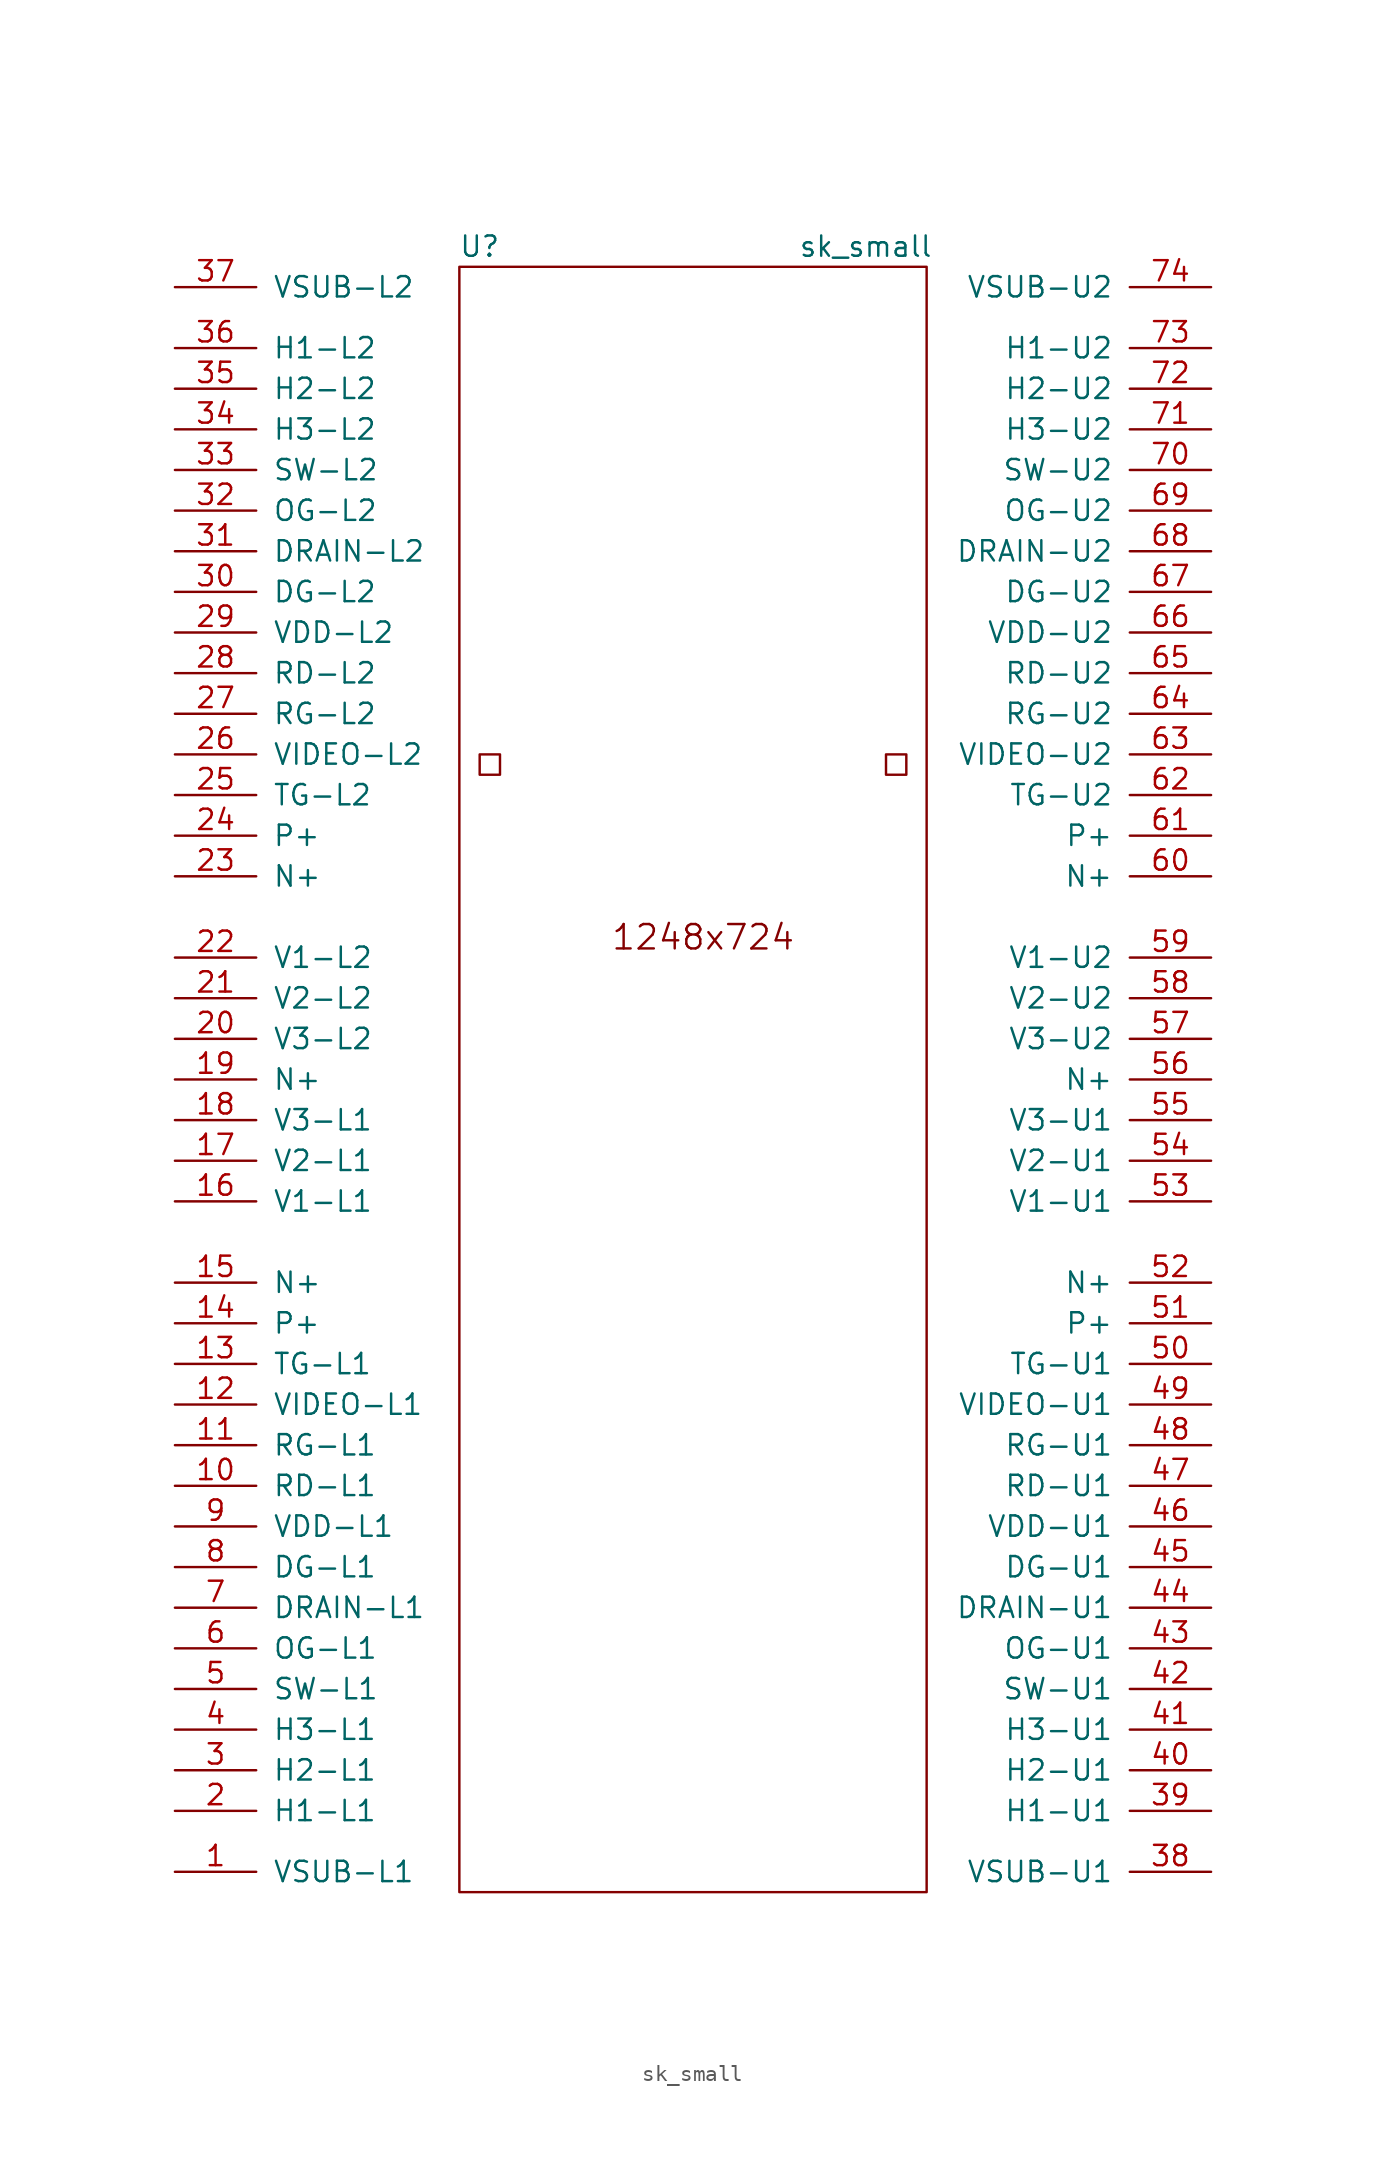
<source format=kicad_sym>
(kicad_symbol_lib
  (version 20211014)
  (generator kicad_symbol_editor)
  (symbol "sk_small"
    (pin_names
      (offset 1.016))
    (property "Reference" "U"
      (at -15.24 33.02 0)
      (effects (font (size 1.27 1.27))))
    (property "Value" "sk_small"
      (at 8.89 33.02 0)
      (effects (font (size 1.27 1.27))))
    (symbol "sk_small_1_1"
      (rectangle (start -16.51 31.75) (end 12.7 -69.85) (stroke (width 0) (type default) (color 0 0 0 0)) (fill (type none)))
      (rectangle (start -13.97 0) (end -15.24 1.27) (stroke (width 0) (type default) (color 0 0 0 0)) (fill (type none)))
      (rectangle (start 11.43 0) (end 10.16 1.27) (stroke (width 0) (type default) (color 0 0 0 0)) (fill (type none)))
      (text "1248x724" (at -1.27 -10.16 0) (effects (font (size 1.524 1.524))))
      (pin input line (at -34.29 -68.58 0) (length 5.08) (name "VSUB-L1" (effects (font (size 1.27 1.27)))) (number "1" (effects (font (size 1.27 1.27)))))
      (pin input line (at -34.29 -44.45 0) (length 5.08) (name "RD-L1" (effects (font (size 1.27 1.27)))) (number "10" (effects (font (size 1.27 1.27)))))
      (pin input line (at -34.29 -41.91 0) (length 5.08) (name "RG-L1" (effects (font (size 1.27 1.27)))) (number "11" (effects (font (size 1.27 1.27)))))
      (pin input line (at -34.29 -39.37 0) (length 5.08) (name "VIDEO-L1" (effects (font (size 1.27 1.27)))) (number "12" (effects (font (size 1.27 1.27)))))
      (pin input line (at -34.29 -36.83 0) (length 5.08) (name "TG-L1" (effects (font (size 1.27 1.27)))) (number "13" (effects (font (size 1.27 1.27)))))
      (pin input line (at -34.29 -34.29 0) (length 5.08) (name "P+" (effects (font (size 1.27 1.27)))) (number "14" (effects (font (size 1.27 1.27)))))
      (pin input line (at -34.29 -31.75 0) (length 5.08) (name "N+" (effects (font (size 1.27 1.27)))) (number "15" (effects (font (size 1.27 1.27)))))
      (pin input line (at -34.29 -26.67 0) (length 5.08) (name "V1-L1" (effects (font (size 1.27 1.27)))) (number "16" (effects (font (size 1.27 1.27)))))
      (pin input line (at -34.29 -24.13 0) (length 5.08) (name "V2-L1" (effects (font (size 1.27 1.27)))) (number "17" (effects (font (size 1.27 1.27)))))
      (pin input line (at -34.29 -21.59 0) (length 5.08) (name "V3-L1" (effects (font (size 1.27 1.27)))) (number "18" (effects (font (size 1.27 1.27)))))
      (pin input line (at -34.29 -19.05 0) (length 5.08) (name "N+" (effects (font (size 1.27 1.27)))) (number "19" (effects (font (size 1.27 1.27)))))
      (pin input line (at -34.29 -64.77 0) (length 5.08) (name "H1-L1" (effects (font (size 1.27 1.27)))) (number "2" (effects (font (size 1.27 1.27)))))
      (pin input line (at -34.29 -16.51 0) (length 5.08) (name "V3-L2" (effects (font (size 1.27 1.27)))) (number "20" (effects (font (size 1.27 1.27)))))
      (pin input line (at -34.29 -13.97 0) (length 5.08) (name "V2-L2" (effects (font (size 1.27 1.27)))) (number "21" (effects (font (size 1.27 1.27)))))
      (pin input line (at -34.29 -11.43 0) (length 5.08) (name "V1-L2" (effects (font (size 1.27 1.27)))) (number "22" (effects (font (size 1.27 1.27)))))
      (pin input line (at -34.29 -6.35 0) (length 5.08) (name "N+" (effects (font (size 1.27 1.27)))) (number "23" (effects (font (size 1.27 1.27)))))
      (pin input line (at -34.29 -3.81 0) (length 5.08) (name "P+" (effects (font (size 1.27 1.27)))) (number "24" (effects (font (size 1.27 1.27)))))
      (pin input line (at -34.29 -1.27 0) (length 5.08) (name "TG-L2" (effects (font (size 1.27 1.27)))) (number "25" (effects (font (size 1.27 1.27)))))
      (pin input line (at -34.29 1.27 0) (length 5.08) (name "VIDEO-L2" (effects (font (size 1.27 1.27)))) (number "26" (effects (font (size 1.27 1.27)))))
      (pin input line (at -34.29 3.81 0) (length 5.08) (name "RG-L2" (effects (font (size 1.27 1.27)))) (number "27" (effects (font (size 1.27 1.27)))))
      (pin input line (at -34.29 6.35 0) (length 5.08) (name "RD-L2" (effects (font (size 1.27 1.27)))) (number "28" (effects (font (size 1.27 1.27)))))
      (pin input line (at -34.29 8.89 0) (length 5.08) (name "VDD-L2" (effects (font (size 1.27 1.27)))) (number "29" (effects (font (size 1.27 1.27)))))
      (pin input line (at -34.29 -62.23 0) (length 5.08) (name "H2-L1" (effects (font (size 1.27 1.27)))) (number "3" (effects (font (size 1.27 1.27)))))
      (pin input line (at -34.29 11.43 0) (length 5.08) (name "DG-L2" (effects (font (size 1.27 1.27)))) (number "30" (effects (font (size 1.27 1.27)))))
      (pin input line (at -34.29 13.97 0) (length 5.08) (name "DRAIN-L2" (effects (font (size 1.27 1.27)))) (number "31" (effects (font (size 1.27 1.27)))))
      (pin input line (at -34.29 16.51 0) (length 5.08) (name "OG-L2" (effects (font (size 1.27 1.27)))) (number "32" (effects (font (size 1.27 1.27)))))
      (pin input line (at -34.29 19.05 0) (length 5.08) (name "SW-L2" (effects (font (size 1.27 1.27)))) (number "33" (effects (font (size 1.27 1.27)))))
      (pin input line (at -34.29 21.59 0) (length 5.08) (name "H3-L2" (effects (font (size 1.27 1.27)))) (number "34" (effects (font (size 1.27 1.27)))))
      (pin input line (at -34.29 24.13 0) (length 5.08) (name "H2-L2" (effects (font (size 1.27 1.27)))) (number "35" (effects (font (size 1.27 1.27)))))
      (pin input line (at -34.29 26.67 0) (length 5.08) (name "H1-L2" (effects (font (size 1.27 1.27)))) (number "36" (effects (font (size 1.27 1.27)))))
      (pin input line (at -34.29 30.48 0) (length 5.08) (name "VSUB-L2" (effects (font (size 1.27 1.27)))) (number "37" (effects (font (size 1.27 1.27)))))
      (pin input line (at 30.48 -68.58 180) (length 5.08) (name "VSUB-U1" (effects (font (size 1.27 1.27)))) (number "38" (effects (font (size 1.27 1.27)))))
      (pin input line (at 30.48 -64.77 180) (length 5.08) (name "H1-U1" (effects (font (size 1.27 1.27)))) (number "39" (effects (font (size 1.27 1.27)))))
      (pin input line (at -34.29 -59.69 0) (length 5.08) (name "H3-L1" (effects (font (size 1.27 1.27)))) (number "4" (effects (font (size 1.27 1.27)))))
      (pin input line (at 30.48 -62.23 180) (length 5.08) (name "H2-U1" (effects (font (size 1.27 1.27)))) (number "40" (effects (font (size 1.27 1.27)))))
      (pin input line (at 30.48 -59.69 180) (length 5.08) (name "H3-U1" (effects (font (size 1.27 1.27)))) (number "41" (effects (font (size 1.27 1.27)))))
      (pin input line (at 30.48 -57.15 180) (length 5.08) (name "SW-U1" (effects (font (size 1.27 1.27)))) (number "42" (effects (font (size 1.27 1.27)))))
      (pin input line (at 30.48 -54.61 180) (length 5.08) (name "OG-U1" (effects (font (size 1.27 1.27)))) (number "43" (effects (font (size 1.27 1.27)))))
      (pin input line (at 30.48 -52.07 180) (length 5.08) (name "DRAIN-U1" (effects (font (size 1.27 1.27)))) (number "44" (effects (font (size 1.27 1.27)))))
      (pin input line (at 30.48 -49.53 180) (length 5.08) (name "DG-U1" (effects (font (size 1.27 1.27)))) (number "45" (effects (font (size 1.27 1.27)))))
      (pin input line (at 30.48 -46.99 180) (length 5.08) (name "VDD-U1" (effects (font (size 1.27 1.27)))) (number "46" (effects (font (size 1.27 1.27)))))
      (pin input line (at 30.48 -44.45 180) (length 5.08) (name "RD-U1" (effects (font (size 1.27 1.27)))) (number "47" (effects (font (size 1.27 1.27)))))
      (pin input line (at 30.48 -41.91 180) (length 5.08) (name "RG-U1" (effects (font (size 1.27 1.27)))) (number "48" (effects (font (size 1.27 1.27)))))
      (pin input line (at 30.48 -39.37 180) (length 5.08) (name "VIDEO-U1" (effects (font (size 1.27 1.27)))) (number "49" (effects (font (size 1.27 1.27)))))
      (pin input line (at -34.29 -57.15 0) (length 5.08) (name "SW-L1" (effects (font (size 1.27 1.27)))) (number "5" (effects (font (size 1.27 1.27)))))
      (pin input line (at 30.48 -36.83 180) (length 5.08) (name "TG-U1" (effects (font (size 1.27 1.27)))) (number "50" (effects (font (size 1.27 1.27)))))
      (pin input line (at 30.48 -34.29 180) (length 5.08) (name "P+" (effects (font (size 1.27 1.27)))) (number "51" (effects (font (size 1.27 1.27)))))
      (pin input line (at 30.48 -31.75 180) (length 5.08) (name "N+" (effects (font (size 1.27 1.27)))) (number "52" (effects (font (size 1.27 1.27)))))
      (pin input line (at 30.48 -26.67 180) (length 5.08) (name "V1-U1" (effects (font (size 1.27 1.27)))) (number "53" (effects (font (size 1.27 1.27)))))
      (pin input line (at 30.48 -24.13 180) (length 5.08) (name "V2-U1" (effects (font (size 1.27 1.27)))) (number "54" (effects (font (size 1.27 1.27)))))
      (pin input line (at 30.48 -21.59 180) (length 5.08) (name "V3-U1" (effects (font (size 1.27 1.27)))) (number "55" (effects (font (size 1.27 1.27)))))
      (pin input line (at 30.48 -19.05 180) (length 5.08) (name "N+" (effects (font (size 1.27 1.27)))) (number "56" (effects (font (size 1.27 1.27)))))
      (pin input line (at 30.48 -16.51 180) (length 5.08) (name "V3-U2" (effects (font (size 1.27 1.27)))) (number "57" (effects (font (size 1.27 1.27)))))
      (pin input line (at 30.48 -13.97 180) (length 5.08) (name "V2-U2" (effects (font (size 1.27 1.27)))) (number "58" (effects (font (size 1.27 1.27)))))
      (pin input line (at 30.48 -11.43 180) (length 5.08) (name "V1-U2" (effects (font (size 1.27 1.27)))) (number "59" (effects (font (size 1.27 1.27)))))
      (pin input line (at -34.29 -54.61 0) (length 5.08) (name "OG-L1" (effects (font (size 1.27 1.27)))) (number "6" (effects (font (size 1.27 1.27)))))
      (pin input line (at 30.48 -6.35 180) (length 5.08) (name "N+" (effects (font (size 1.27 1.27)))) (number "60" (effects (font (size 1.27 1.27)))))
      (pin input line (at 30.48 -3.81 180) (length 5.08) (name "P+" (effects (font (size 1.27 1.27)))) (number "61" (effects (font (size 1.27 1.27)))))
      (pin input line (at 30.48 -1.27 180) (length 5.08) (name "TG-U2" (effects (font (size 1.27 1.27)))) (number "62" (effects (font (size 1.27 1.27)))))
      (pin input line (at 30.48 1.27 180) (length 5.08) (name "VIDEO-U2" (effects (font (size 1.27 1.27)))) (number "63" (effects (font (size 1.27 1.27)))))
      (pin input line (at 30.48 3.81 180) (length 5.08) (name "RG-U2" (effects (font (size 1.27 1.27)))) (number "64" (effects (font (size 1.27 1.27)))))
      (pin input line (at 30.48 6.35 180) (length 5.08) (name "RD-U2" (effects (font (size 1.27 1.27)))) (number "65" (effects (font (size 1.27 1.27)))))
      (pin input line (at 30.48 8.89 180) (length 5.08) (name "VDD-U2" (effects (font (size 1.27 1.27)))) (number "66" (effects (font (size 1.27 1.27)))))
      (pin input line (at 30.48 11.43 180) (length 5.08) (name "DG-U2" (effects (font (size 1.27 1.27)))) (number "67" (effects (font (size 1.27 1.27)))))
      (pin input line (at 30.48 13.97 180) (length 5.08) (name "DRAIN-U2" (effects (font (size 1.27 1.27)))) (number "68" (effects (font (size 1.27 1.27)))))
      (pin input line (at 30.48 16.51 180) (length 5.08) (name "OG-U2" (effects (font (size 1.27 1.27)))) (number "69" (effects (font (size 1.27 1.27)))))
      (pin input line (at -34.29 -52.07 0) (length 5.08) (name "DRAIN-L1" (effects (font (size 1.27 1.27)))) (number "7" (effects (font (size 1.27 1.27)))))
      (pin input line (at 30.48 19.05 180) (length 5.08) (name "SW-U2" (effects (font (size 1.27 1.27)))) (number "70" (effects (font (size 1.27 1.27)))))
      (pin input line (at 30.48 21.59 180) (length 5.08) (name "H3-U2" (effects (font (size 1.27 1.27)))) (number "71" (effects (font (size 1.27 1.27)))))
      (pin input line (at 30.48 24.13 180) (length 5.08) (name "H2-U2" (effects (font (size 1.27 1.27)))) (number "72" (effects (font (size 1.27 1.27)))))
      (pin input line (at 30.48 26.67 180) (length 5.08) (name "H1-U2" (effects (font (size 1.27 1.27)))) (number "73" (effects (font (size 1.27 1.27)))))
      (pin input line (at 30.48 30.48 180) (length 5.08) (name "VSUB-U2" (effects (font (size 1.27 1.27)))) (number "74" (effects (font (size 1.27 1.27)))))
      (pin input line (at -34.29 -49.53 0) (length 5.08) (name "DG-L1" (effects (font (size 1.27 1.27)))) (number "8" (effects (font (size 1.27 1.27)))))
      (pin input line (at -34.29 -46.99 0) (length 5.08) (name "VDD-L1" (effects (font (size 1.27 1.27)))) (number "9" (effects (font (size 1.27 1.27))))))))
</source>
